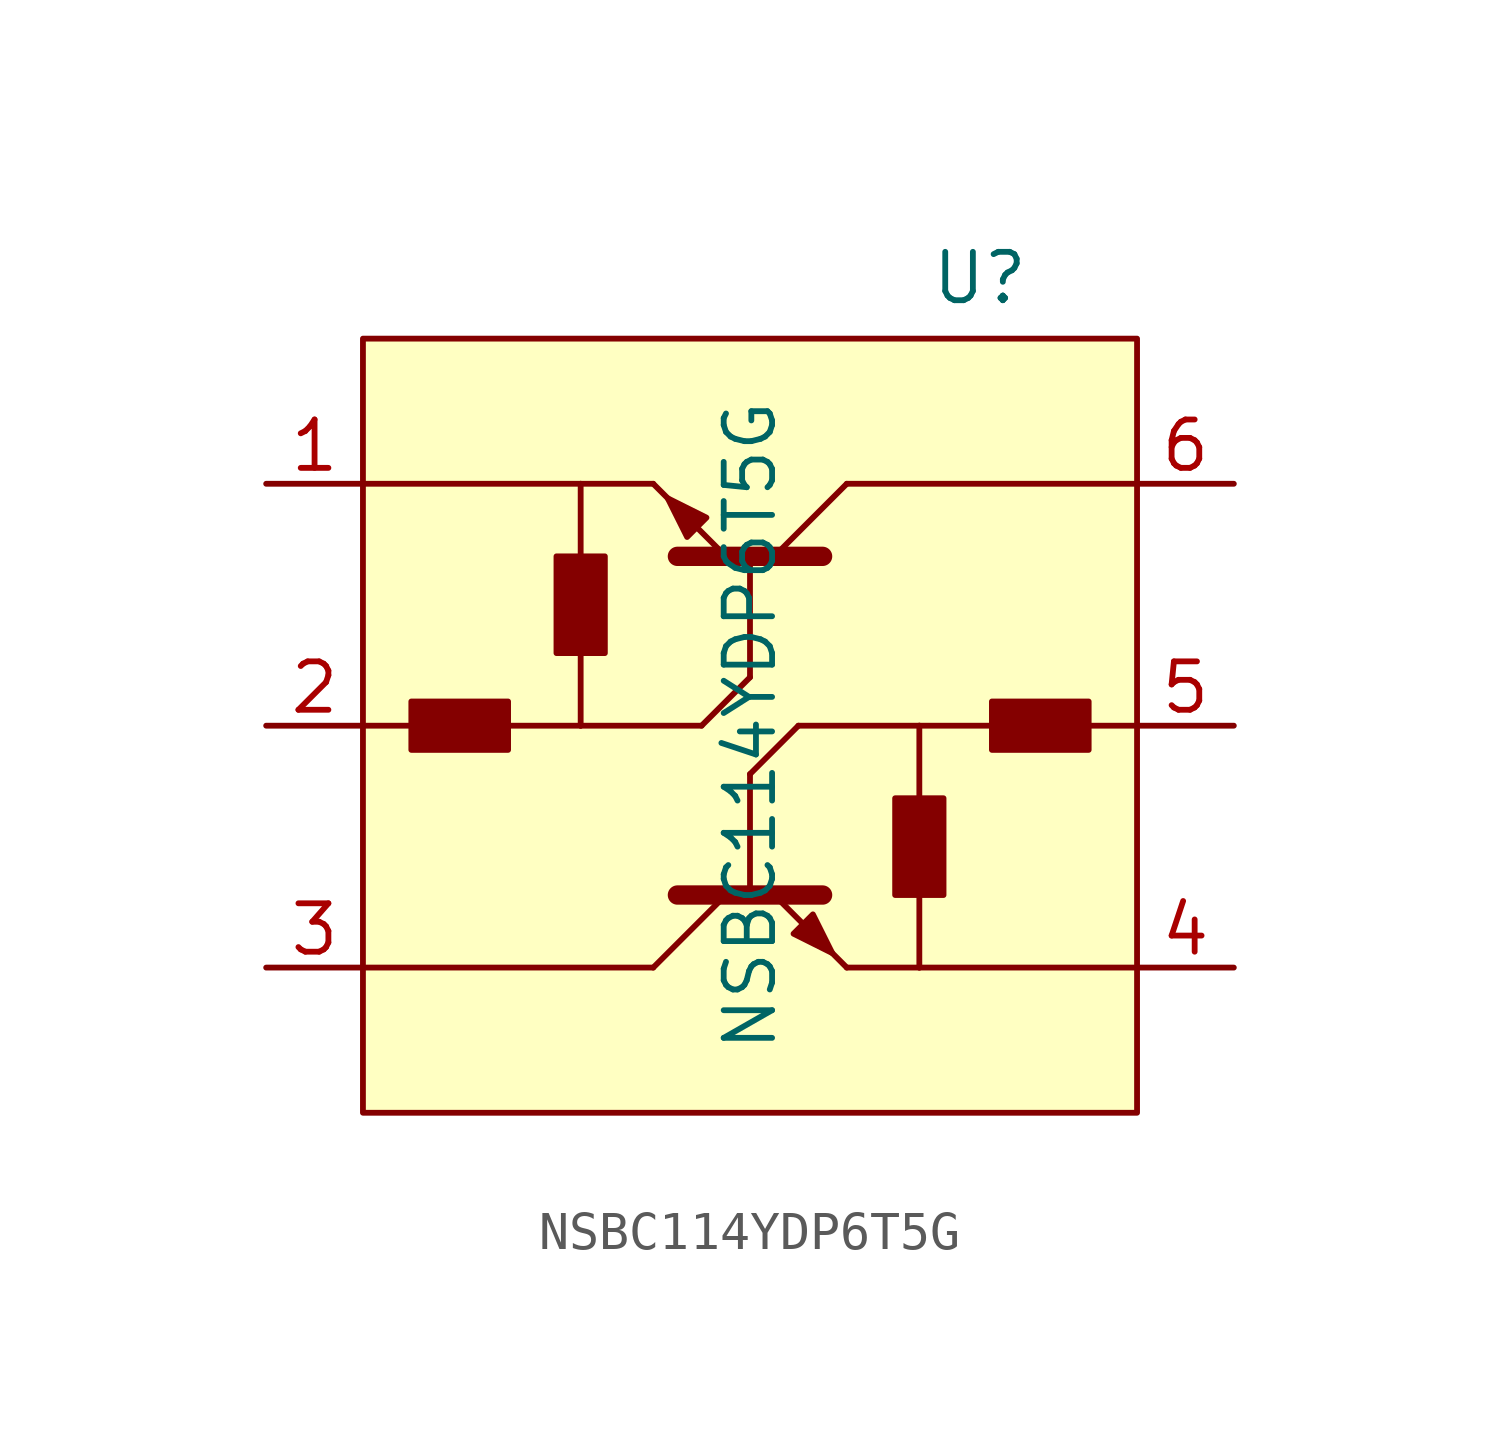
<source format=kicad_sym>
(kicad_symbol_lib
  (version 20220914)
  (generator kicad_symbol_editor)
  (symbol "NSBC114YDP6T5G"
    (property "Reference" "U"
      (at 6.032 11.748 0)
      (effects (font (size 1.27 1.27))))
    (property "Value" "NSBC114YDP6T5G"
      (at 0 0 90)
      (effects (font (size 1.27 1.27))))
    (symbol "NSBC114YDP6T5G_0_1"
      (polyline (pts (xy -6.35 0) (xy -4.445 0)) (stroke (width 0) (type default)) (fill (type none)))
      (polyline (pts (xy -4.445 0) (xy -4.445 1.905)) (stroke (width 0) (type default)) (fill (type none)))
      (polyline (pts (xy -4.445 0) (xy -1.27 0)) (stroke (width 0) (type default)) (fill (type none)))
      (polyline (pts (xy -4.445 4.445) (xy -4.445 6.35)) (stroke (width 0) (type default)) (fill (type none)))
      (polyline (pts (xy -4.445 6.35) (xy -2.54 6.35)) (stroke (width 0) (type default)) (fill (type none)))
      (polyline (pts (xy -1.27 0) (xy 0 1.27)) (stroke (width 0) (type default)) (fill (type none)))
      (polyline (pts (xy -0.635 -4.445) (xy -2.54 -6.35)) (stroke (width 0) (type default)) (fill (type none)))
      (polyline (pts (xy 0 -1.27) (xy 0 -4.445)) (stroke (width 0.152) (type default)) (fill (type none)))
      (polyline (pts (xy 0 1.27) (xy 0 4.445)) (stroke (width 0.152) (type default)) (fill (type none)))
      (polyline (pts (xy 0.635 4.445) (xy 2.54 6.35)) (stroke (width 0) (type default)) (fill (type none)))
      (polyline (pts (xy 1.27 0) (xy 0 -1.27)) (stroke (width 0) (type default)) (fill (type none)))
      (polyline (pts (xy 4.445 -6.35) (xy 2.54 -6.35)) (stroke (width 0) (type default)) (fill (type none)))
      (polyline (pts (xy 4.445 -4.445) (xy 4.445 -6.35)) (stroke (width 0) (type default)) (fill (type none)))
      (polyline (pts (xy 4.445 0) (xy 1.27 0)) (stroke (width 0) (type default)) (fill (type none)))
      (polyline (pts (xy 4.445 0) (xy 4.445 -1.905)) (stroke (width 0) (type default)) (fill (type none)))
      (polyline (pts (xy 6.35 0) (xy 4.445 0)) (stroke (width 0) (type default)) (fill (type none)))
      (polyline (pts (xy -1.905 -4.445) (xy 1.905 -4.445) (xy 1.905 -4.445)) (stroke (width 0.508) (type default)) (fill (type none)))
      (polyline (pts (xy -0.635 4.445) (xy -2.54 6.35) (xy -2.54 6.35)) (stroke (width 0) (type default)) (fill (type none)))
      (polyline (pts (xy 0.635 -4.445) (xy 2.54 -6.35) (xy 2.54 -6.35)) (stroke (width 0) (type default)) (fill (type none)))
      (polyline (pts (xy 1.905 4.445) (xy -1.905 4.445) (xy -1.905 4.445)) (stroke (width 0.508) (type default)) (fill (type none)))
      (polyline (pts (xy -1.651 4.953) (xy -1.143 5.461) (xy -2.159 5.969) (xy -1.651 4.953) (xy -1.651 4.953)) (stroke (width 0) (type default)) (fill (type outline)))
      (polyline (pts (xy 1.651 -4.953) (xy 1.143 -5.461) (xy 2.159 -5.969) (xy 1.651 -4.953) (xy 1.651 -4.953)) (stroke (width 0) (type default)) (fill (type outline))))
    (symbol "NSBC114YDP6T5G_1_1"
      (rectangle (start -10.16 -10.16) (end 10.16 10.16) (stroke (width 0) (type default)) (fill (type background)))
      (rectangle (start -8.89 0.635) (end -6.35 -0.635) (stroke (width 0) (type default)) (fill (type outline)))
      (rectangle (start -3.81 4.445) (end -5.08 1.905) (stroke (width 0) (type default)) (fill (type outline)))
      (polyline (pts (xy -10.16 6.35) (xy -4.445 6.35)) (stroke (width 0) (type default)) (fill (type none)))
      (polyline (pts (xy -8.89 0) (xy -10.16 0)) (stroke (width 0) (type default)) (fill (type none)))
      (polyline (pts (xy -2.54 -6.35) (xy -10.16 -6.35)) (stroke (width 0) (type default)) (fill (type none)))
      (polyline (pts (xy 8.89 0) (xy 10.16 0)) (stroke (width 0) (type default)) (fill (type none)))
      (polyline (pts (xy 10.16 -6.35) (xy 4.445 -6.35)) (stroke (width 0) (type default)) (fill (type none)))
      (polyline (pts (xy 10.16 6.35) (xy 2.54 6.35)) (stroke (width 0) (type default)) (fill (type none)))
      (rectangle (start 3.81 -4.445) (end 5.08 -1.905) (stroke (width 0) (type default)) (fill (type outline)))
      (rectangle (start 8.89 -0.635) (end 6.35 0.635) (stroke (width 0) (type default)) (fill (type outline)))
      (pin bidirectional line (at -12.7 6.35 0) (length 2.54) (name "" (effects (font (size 1.27 1.27)))) (number "1" (effects (font (size 1.27 1.27)))))
      (pin input line (at -12.7 0 0) (length 2.54) (name "" (effects (font (size 1.27 1.27)))) (number "2" (effects (font (size 1.27 1.27)))))
      (pin bidirectional line (at -12.7 -6.35 0) (length 2.54) (name "" (effects (font (size 1.27 1.27)))) (number "3" (effects (font (size 1.27 1.27)))))
      (pin bidirectional line (at 12.7 -6.35 180) (length 2.54) (name "" (effects (font (size 1.27 1.27)))) (number "4" (effects (font (size 1.27 1.27)))))
      (pin input line (at 12.7 0 180) (length 2.54) (name "" (effects (font (size 1.27 1.27)))) (number "5" (effects (font (size 1.27 1.27)))))
      (pin bidirectional line (at 12.7 6.35 180) (length 2.54) (name "" (effects (font (size 1.27 1.27)))) (number "6" (effects (font (size 1.27 1.27))))))))
</source>
